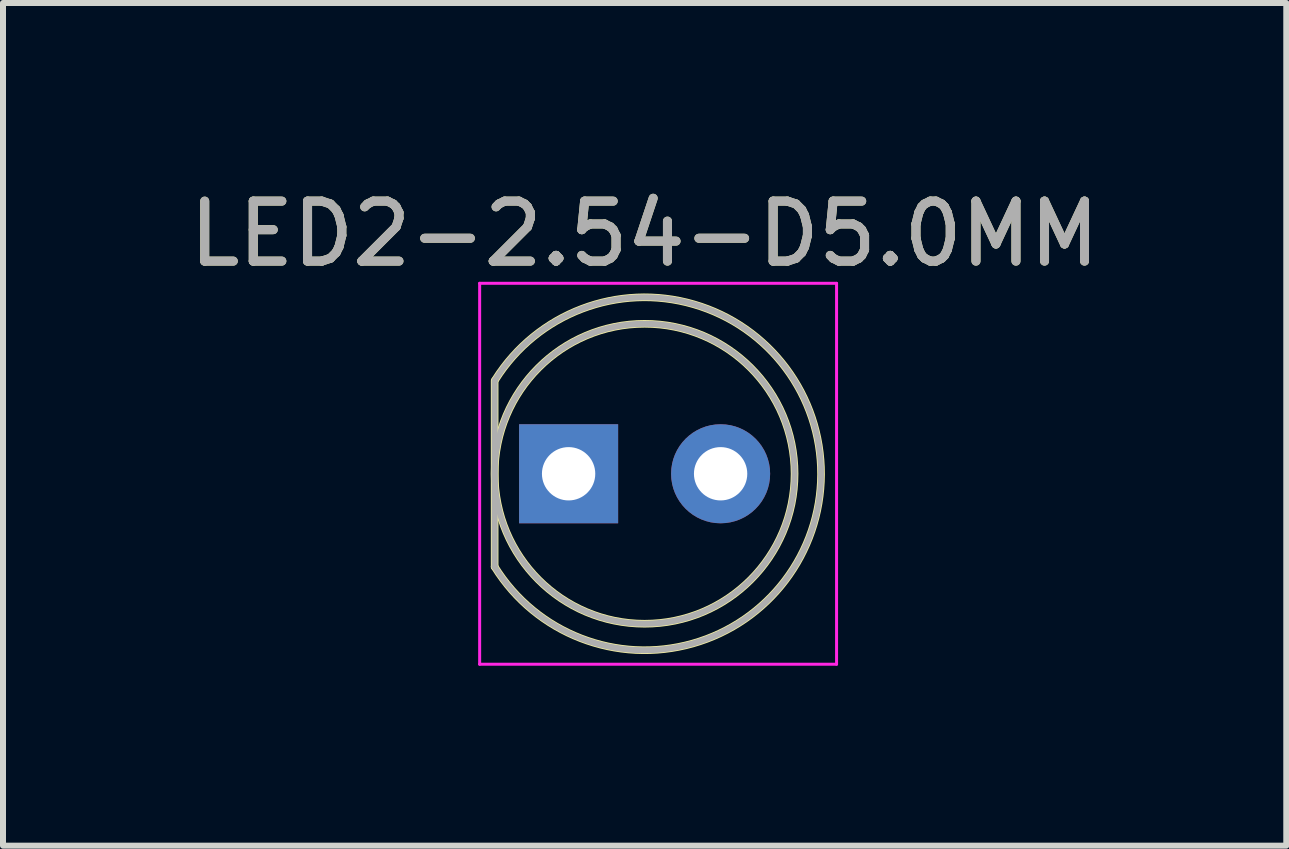
<source format=kicad_pcb>
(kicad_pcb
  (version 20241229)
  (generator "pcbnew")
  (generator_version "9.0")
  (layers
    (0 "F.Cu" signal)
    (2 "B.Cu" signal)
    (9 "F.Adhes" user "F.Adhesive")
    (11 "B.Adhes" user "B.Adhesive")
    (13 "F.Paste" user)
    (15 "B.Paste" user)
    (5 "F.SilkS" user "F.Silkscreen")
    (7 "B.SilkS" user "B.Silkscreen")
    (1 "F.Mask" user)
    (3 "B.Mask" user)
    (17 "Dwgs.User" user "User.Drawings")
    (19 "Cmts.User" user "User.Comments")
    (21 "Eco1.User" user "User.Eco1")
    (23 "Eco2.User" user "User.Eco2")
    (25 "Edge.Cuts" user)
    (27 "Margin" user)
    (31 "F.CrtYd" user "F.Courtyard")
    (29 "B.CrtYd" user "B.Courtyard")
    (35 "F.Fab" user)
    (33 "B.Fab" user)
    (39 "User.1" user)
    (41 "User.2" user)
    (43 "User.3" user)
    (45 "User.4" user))
  (footprint "LED2-2.54-D5.0MM"
    (layer "F.Cu")
    (at 7.696 4.848)
    (property "Reference" "LED2-2.54-D5.0MM" (at 0 -4 0) (layer "F.SilkS") (effects (font (size 1 1) (thickness 0.15))))
    (attr exclude_from_pos_files exclude_from_bom)
    (fp_line (start -2.5 -1.55) (end -2.5 1.55) (stroke (width 0.127) (type solid)) (layer "F.SilkS"))
    (fp_arc (start -2.489059 -1.56751) (mid 2.941495 0.010324) (end -2.5 1.55) (stroke (width 0.127) (type solid)) (layer "F.SilkS"))
    (fp_circle (center 0 0) (end 2.5 0) (stroke (width 0.127) (type solid)) (fill no) (layer "F.SilkS"))
    (fp_line (start -2.75 -3.175) (end 3.2 -3.175) (stroke (width 0.05) (type solid)) (layer "F.CrtYd"))
    (fp_line (start -2.75 3.175) (end -2.75 -3.175) (stroke (width 0.05) (type solid)) (layer "F.CrtYd"))
    (fp_line (start 3.2 3.175) (end -2.75 3.175) (stroke (width 0.05) (type solid)) (layer "F.CrtYd"))
    (fp_line (start 3.2 3.175) (end 3.2 -3.175) (stroke (width 0.05) (type solid)) (layer "F.CrtYd"))
    (fp_line (start -2.5 -1.55) (end -2.5 1.55) (stroke (width 0.1) (type solid)) (layer "F.Fab"))
    (fp_arc (start -2.489059 -1.56751) (mid 2.941495 0.010324) (end -2.5 1.55) (stroke (width 0.1) (type solid)) (layer "F.Fab"))
    (fp_circle (center 0 0) (end 2.5 0) (stroke (width 0.1) (type solid)) (fill no) (layer "F.Fab"))
    (fp_text user "${REFERENCE}" (at 0 -4 0) (layer "F.Fab") (effects (font (size 1 1) (thickness 0.15))))
    (pad "1" thru_hole rect (at -1.267 0) (size 1.651 1.651) (drill 0.889) (layers "*.Cu" "*.Mask"))
    (pad "2" thru_hole circle (at 1.267 0) (size 1.651 1.651) (drill 0.889) (layers "*.Cu" "*.Mask")))
  (gr_rect
    (start -3 -3)
    (end 18.393 11.048)
    (stroke (width 0.1) (type default))
    (fill no)
    (layer "Edge.Cuts")))
</source>
